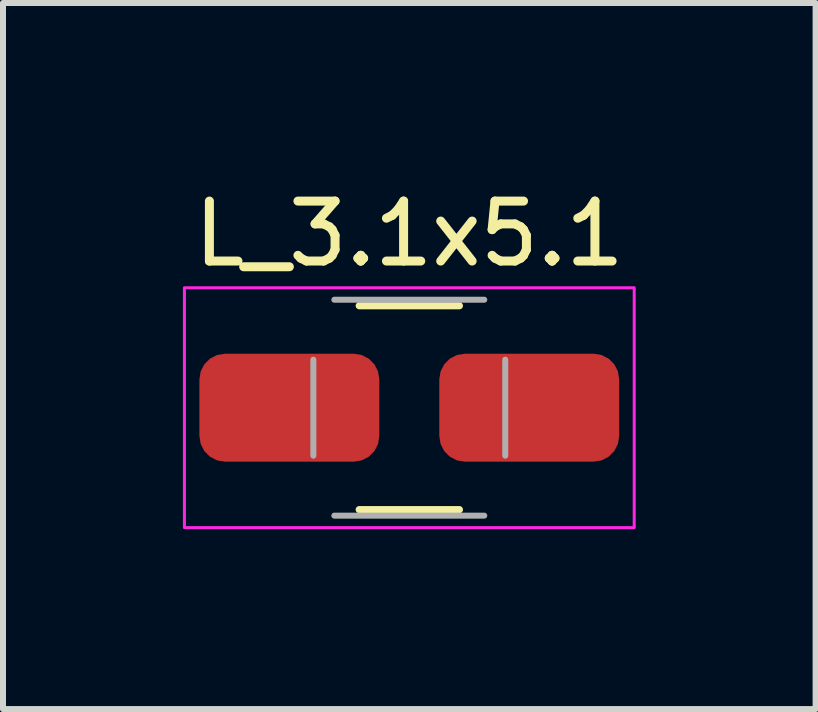
<source format=kicad_pcb>
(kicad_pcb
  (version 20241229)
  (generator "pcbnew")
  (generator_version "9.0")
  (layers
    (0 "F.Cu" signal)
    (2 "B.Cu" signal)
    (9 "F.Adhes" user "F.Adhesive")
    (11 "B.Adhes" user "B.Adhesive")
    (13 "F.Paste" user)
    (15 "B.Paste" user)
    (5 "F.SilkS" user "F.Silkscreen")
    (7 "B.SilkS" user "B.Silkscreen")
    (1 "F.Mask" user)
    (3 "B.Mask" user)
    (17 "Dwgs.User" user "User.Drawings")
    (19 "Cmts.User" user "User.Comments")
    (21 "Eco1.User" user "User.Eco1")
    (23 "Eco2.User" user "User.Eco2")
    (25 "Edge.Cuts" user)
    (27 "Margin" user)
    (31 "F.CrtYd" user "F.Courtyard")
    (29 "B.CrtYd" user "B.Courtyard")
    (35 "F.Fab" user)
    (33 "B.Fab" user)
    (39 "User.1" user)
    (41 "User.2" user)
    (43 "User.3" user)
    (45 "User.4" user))
  (footprint "L_3.1x5.1"
    (layer "F.Cu")
    (at 3.775 3.748)
    (property "Reference" "L_3.1x5.1" (at 0 -2.9 0) (layer "F.SilkS") (effects (font (size 1 1) (thickness 0.15))))
    (attr smd)
    (fp_line (start -0.835 -1.7) (end 0.835 -1.7) (stroke (width 0.12) (type solid)) (layer "F.SilkS"))
    (fp_line (start -0.835 1.7) (end 0.835 1.7) (stroke (width 0.12) (type solid)) (layer "F.SilkS"))
    (fp_rect (start -3.75 -2) (end 3.75 2) (stroke (width 0.05) (type default)) (fill no) (layer "F.CrtYd"))
    (fp_line (start -1.6 0.8) (end -1.6 -0.8) (stroke (width 0.1) (type solid)) (layer "F.Fab"))
    (fp_line (start -1.25 -1.8) (end 1.25 -1.8) (stroke (width 0.1) (type solid)) (layer "F.Fab"))
    (fp_line (start 1.25 1.8) (end -1.25 1.8) (stroke (width 0.1) (type solid)) (layer "F.Fab"))
    (fp_line (start 1.6 -0.8) (end 1.6 0.8) (stroke (width 0.1) (type solid)) (layer "F.Fab"))
    (pad "1" smd roundrect (at -2 0) (size 3 1.8) (layers "F.Cu" "F.Mask" "F.Paste") (roundrect_rratio 0.238))
    (pad "2" smd roundrect (at 2 0) (size 3 1.8) (layers "F.Cu" "F.Mask" "F.Paste") (roundrect_rratio 0.238)))
  (gr_rect
    (start -3 -3)
    (end 10.55 8.773)
    (stroke (width 0.1) (type default))
    (fill no)
    (layer "Edge.Cuts")))
</source>
